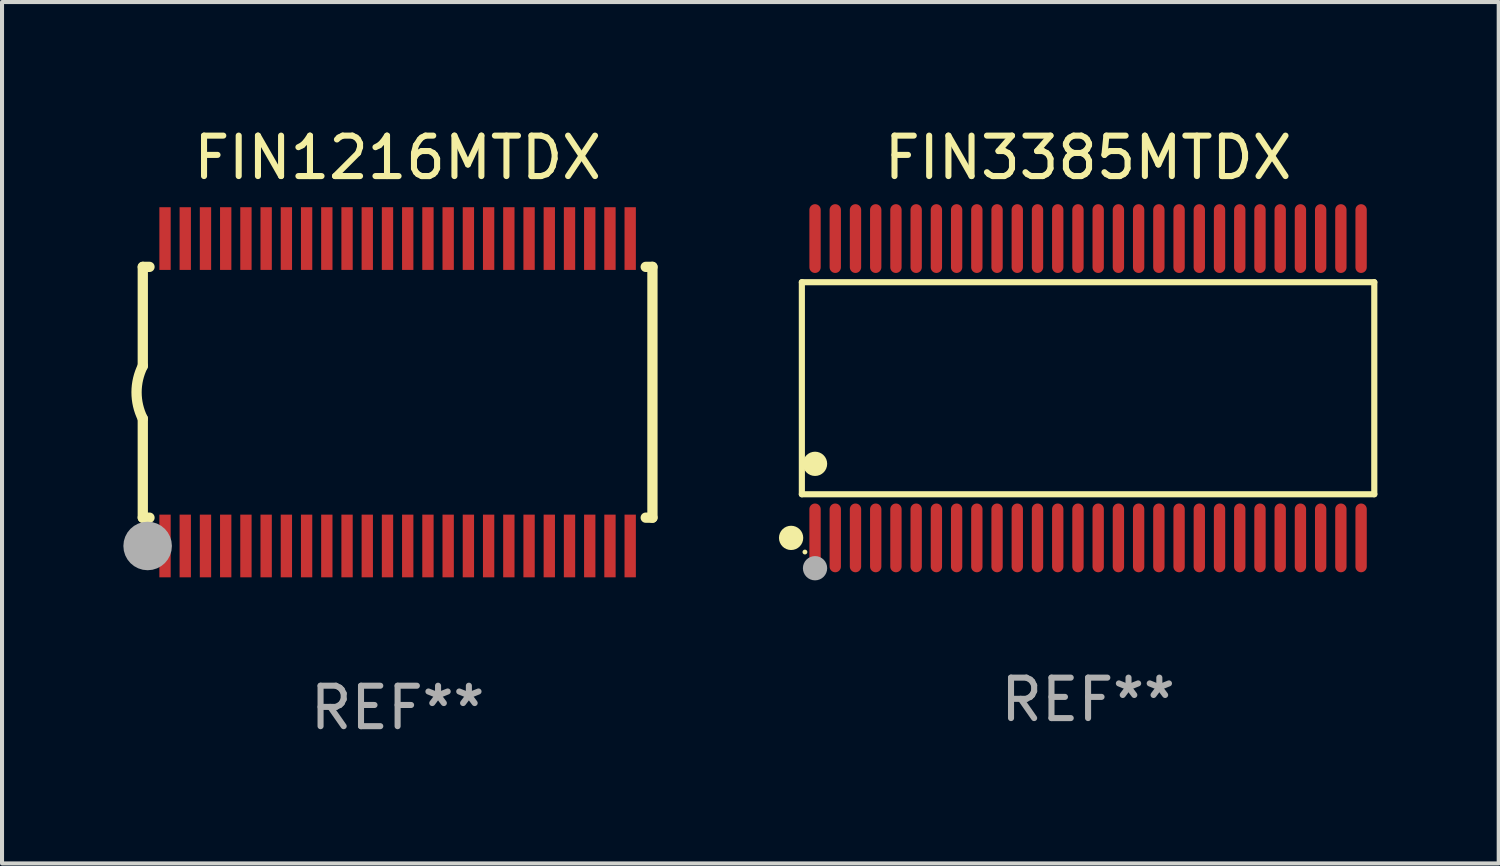
<source format=kicad_pcb>
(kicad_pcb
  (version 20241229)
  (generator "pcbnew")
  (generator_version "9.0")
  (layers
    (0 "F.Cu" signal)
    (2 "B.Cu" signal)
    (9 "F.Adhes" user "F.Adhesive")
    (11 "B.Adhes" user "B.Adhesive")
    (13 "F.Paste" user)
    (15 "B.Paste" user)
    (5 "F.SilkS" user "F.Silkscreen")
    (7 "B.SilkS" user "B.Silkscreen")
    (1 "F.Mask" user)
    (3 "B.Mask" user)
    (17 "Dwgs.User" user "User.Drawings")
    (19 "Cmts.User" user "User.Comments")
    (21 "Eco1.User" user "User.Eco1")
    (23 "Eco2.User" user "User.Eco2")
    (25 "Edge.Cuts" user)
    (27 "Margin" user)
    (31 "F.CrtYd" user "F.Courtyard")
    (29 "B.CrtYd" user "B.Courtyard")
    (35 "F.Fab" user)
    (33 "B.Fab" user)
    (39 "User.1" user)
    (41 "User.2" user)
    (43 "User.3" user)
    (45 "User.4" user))
  (footprint "FIN1216MTDX"
    (layer "F.Cu")
    (at 6.78 6.648)
    (property "Reference" "FIN1216MTDX" (at 0 -5.8 0) (layer "F.SilkS") (effects (font (size 1 1) (thickness 0.15))))
    (attr through_hole)
    (fp_line (start -6.3 -3.1) (end -6.3 -0.65) (stroke (width 0.254) (type solid)) (layer "F.SilkS"))
    (fp_line (start -6.3 -3.1) (end -6.134 -3.1) (stroke (width 0.254) (type solid)) (layer "F.SilkS"))
    (fp_line (start -6.3 3.1) (end -6.3 0.65) (stroke (width 0.254) (type solid)) (layer "F.SilkS"))
    (fp_line (start -6.3 3.1) (end -6.134 3.1) (stroke (width 0.254) (type solid)) (layer "F.SilkS"))
    (fp_line (start 6.134 -3.1) (end 6.3 -3.1) (stroke (width 0.254) (type solid)) (layer "F.SilkS"))
    (fp_line (start 6.134 3.1) (end 6.3 3.1) (stroke (width 0.254) (type solid)) (layer "F.SilkS"))
    (fp_line (start 6.3 -3.1) (end 6.3 3.1) (stroke (width 0.254) (type solid)) (layer "F.SilkS"))
    (fp_arc (start -6.301016 0.650114) (mid -6.45413 -0.000082) (end -6.3 -0.650038) (stroke (width 0.254001) (type solid)) (layer "F.SilkS"))
    (fp_circle (center -6.35 3.81) (end -6.223 3.81) (stroke (width 0.254) (type solid)) (fill no) (layer "F.SilkS"))
    (fp_circle (center -6.25 4.05) (end -6.22 4.05) (stroke (width 0.06) (type solid)) (fill no) (layer "F.SilkS"))
    (fp_circle (center -6.18 3.8) (end -5.88 3.8) (stroke (width 0.6) (type solid)) (fill no) (layer "F.Fab"))
    (fp_text user "REF**" (at 0 7.8 0) (layer "F.Fab") (effects (font (size 1 1) (thickness 0.15))))
    (pad "1" smd rect (at -5.75 3.8) (size 0.28 1.55) (layers "F.Cu" "F.Mask" "F.Paste"))
    (pad "2" smd rect (at -5.25 3.8) (size 0.28 1.55) (layers "F.Cu" "F.Mask" "F.Paste"))
    (pad "3" smd rect (at -4.75 3.8) (size 0.28 1.55) (layers "F.Cu" "F.Mask" "F.Paste"))
    (pad "4" smd rect (at -4.25 3.8) (size 0.28 1.55) (layers "F.Cu" "F.Mask" "F.Paste"))
    (pad "5" smd rect (at -3.75 3.8) (size 0.28 1.55) (layers "F.Cu" "F.Mask" "F.Paste"))
    (pad "6" smd rect (at -3.25 3.8) (size 0.28 1.55) (layers "F.Cu" "F.Mask" "F.Paste"))
    (pad "7" smd rect (at -2.75 3.8) (size 0.28 1.55) (layers "F.Cu" "F.Mask" "F.Paste"))
    (pad "8" smd rect (at -2.25 3.8) (size 0.28 1.55) (layers "F.Cu" "F.Mask" "F.Paste"))
    (pad "9" smd rect (at -1.75 3.8) (size 0.28 1.55) (layers "F.Cu" "F.Mask" "F.Paste"))
    (pad "10" smd rect (at -1.25 3.8) (size 0.28 1.55) (layers "F.Cu" "F.Mask" "F.Paste"))
    (pad "11" smd rect (at -0.75 3.8) (size 0.28 1.55) (layers "F.Cu" "F.Mask" "F.Paste"))
    (pad "12" smd rect (at -0.25 3.8) (size 0.28 1.55) (layers "F.Cu" "F.Mask" "F.Paste"))
    (pad "13" smd rect (at 0.25 3.8) (size 0.28 1.55) (layers "F.Cu" "F.Mask" "F.Paste"))
    (pad "14" smd rect (at 0.75 3.8) (size 0.28 1.55) (layers "F.Cu" "F.Mask" "F.Paste"))
    (pad "15" smd rect (at 1.25 3.8) (size 0.28 1.55) (layers "F.Cu" "F.Mask" "F.Paste"))
    (pad "16" smd rect (at 1.75 3.8) (size 0.28 1.55) (layers "F.Cu" "F.Mask" "F.Paste"))
    (pad "17" smd rect (at 2.25 3.8) (size 0.28 1.55) (layers "F.Cu" "F.Mask" "F.Paste"))
    (pad "18" smd rect (at 2.75 3.8) (size 0.28 1.55) (layers "F.Cu" "F.Mask" "F.Paste"))
    (pad "19" smd rect (at 3.25 3.8) (size 0.28 1.55) (layers "F.Cu" "F.Mask" "F.Paste"))
    (pad "20" smd rect (at 3.75 3.8) (size 0.28 1.55) (layers "F.Cu" "F.Mask" "F.Paste"))
    (pad "21" smd rect (at 4.25 3.8) (size 0.28 1.55) (layers "F.Cu" "F.Mask" "F.Paste"))
    (pad "22" smd rect (at 4.75 3.8) (size 0.28 1.55) (layers "F.Cu" "F.Mask" "F.Paste"))
    (pad "23" smd rect (at 5.25 3.8) (size 0.28 1.55) (layers "F.Cu" "F.Mask" "F.Paste"))
    (pad "24" smd rect (at 5.75 3.8) (size 0.28 1.55) (layers "F.Cu" "F.Mask" "F.Paste"))
    (pad "25" smd rect (at 5.75 -3.8) (size 0.28 1.55) (layers "F.Cu" "F.Mask" "F.Paste"))
    (pad "26" smd rect (at 5.25 -3.8) (size 0.28 1.55) (layers "F.Cu" "F.Mask" "F.Paste"))
    (pad "27" smd rect (at 4.75 -3.8) (size 0.28 1.55) (layers "F.Cu" "F.Mask" "F.Paste"))
    (pad "28" smd rect (at 4.25 -3.8) (size 0.28 1.55) (layers "F.Cu" "F.Mask" "F.Paste"))
    (pad "29" smd rect (at 3.75 -3.8) (size 0.28 1.55) (layers "F.Cu" "F.Mask" "F.Paste"))
    (pad "30" smd rect (at 3.25 -3.8) (size 0.28 1.55) (layers "F.Cu" "F.Mask" "F.Paste"))
    (pad "31" smd rect (at 2.75 -3.8) (size 0.28 1.55) (layers "F.Cu" "F.Mask" "F.Paste"))
    (pad "32" smd rect (at 2.25 -3.8) (size 0.28 1.55) (layers "F.Cu" "F.Mask" "F.Paste"))
    (pad "33" smd rect (at 1.75 -3.8) (size 0.28 1.55) (layers "F.Cu" "F.Mask" "F.Paste"))
    (pad "34" smd rect (at 1.25 -3.8) (size 0.28 1.55) (layers "F.Cu" "F.Mask" "F.Paste"))
    (pad "35" smd rect (at 0.75 -3.8) (size 0.28 1.55) (layers "F.Cu" "F.Mask" "F.Paste"))
    (pad "36" smd rect (at 0.25 -3.8) (size 0.28 1.55) (layers "F.Cu" "F.Mask" "F.Paste"))
    (pad "37" smd rect (at -0.25 -3.8) (size 0.28 1.55) (layers "F.Cu" "F.Mask" "F.Paste"))
    (pad "38" smd rect (at -0.75 -3.8) (size 0.28 1.55) (layers "F.Cu" "F.Mask" "F.Paste"))
    (pad "39" smd rect (at -1.25 -3.8) (size 0.28 1.55) (layers "F.Cu" "F.Mask" "F.Paste"))
    (pad "40" smd rect (at -1.75 -3.8) (size 0.28 1.55) (layers "F.Cu" "F.Mask" "F.Paste"))
    (pad "41" smd rect (at -2.25 -3.8) (size 0.28 1.55) (layers "F.Cu" "F.Mask" "F.Paste"))
    (pad "42" smd rect (at -2.75 -3.8) (size 0.28 1.55) (layers "F.Cu" "F.Mask" "F.Paste"))
    (pad "43" smd rect (at -3.25 -3.8) (size 0.28 1.55) (layers "F.Cu" "F.Mask" "F.Paste"))
    (pad "44" smd rect (at -3.75 -3.8) (size 0.28 1.55) (layers "F.Cu" "F.Mask" "F.Paste"))
    (pad "45" smd rect (at -4.25 -3.8) (size 0.28 1.55) (layers "F.Cu" "F.Mask" "F.Paste"))
    (pad "46" smd rect (at -4.75 -3.8) (size 0.28 1.55) (layers "F.Cu" "F.Mask" "F.Paste"))
    (pad "47" smd rect (at -5.25 -3.8) (size 0.28 1.55) (layers "F.Cu" "F.Mask" "F.Paste"))
    (pad "48" smd rect (at -5.75 -3.8) (size 0.28 1.55) (layers "F.Cu" "F.Mask" "F.Paste")))
  (footprint "FIN3385MTDX"
    (layer "F.Cu")
    (at 23.85 6.548)
    (property "Reference" "FIN3385MTDX" (at 0 -5.7 0) (layer "F.SilkS") (effects (font (size 1 1) (thickness 0.15))))
    (attr through_hole)
    (fp_line (start -7.076 -2.621) (end 7.076 -2.621) (stroke (width 0.152) (type solid)) (layer "F.SilkS"))
    (fp_line (start -7.076 2.621) (end -7.076 -2.621) (stroke (width 0.152) (type solid)) (layer "F.SilkS"))
    (fp_line (start 7.076 -2.621) (end 7.076 2.621) (stroke (width 0.152) (type solid)) (layer "F.SilkS"))
    (fp_line (start 7.076 2.621) (end -7.076 2.621) (stroke (width 0.152) (type solid)) (layer "F.SilkS"))
    (fp_circle (center -7.342 3.7) (end -7.192 3.7) (stroke (width 0.3) (type solid)) (fill no) (layer "F.SilkS"))
    (fp_circle (center -7 4.05) (end -6.97 4.05) (stroke (width 0.06) (type solid)) (fill no) (layer "F.SilkS"))
    (fp_circle (center -6.75 1.869) (end -6.6 1.869) (stroke (width 0.3) (type solid)) (fill no) (layer "F.SilkS"))
    (fp_circle (center -6.75 4.45) (end -6.6 4.45) (stroke (width 0.3) (type solid)) (fill no) (layer "F.Fab"))
    (fp_text user "REF**" (at 0 7.7 0) (layer "F.Fab") (effects (font (size 1 1) (thickness 0.15))))
    (pad "1" smd oval (at -6.75 3.7) (size 0.28 1.7) (layers "F.Cu" "F.Mask" "F.Paste"))
    (pad "2" smd oval (at -6.25 3.7) (size 0.28 1.7) (layers "F.Cu" "F.Mask" "F.Paste"))
    (pad "3" smd oval (at -5.75 3.7) (size 0.28 1.7) (layers "F.Cu" "F.Mask" "F.Paste"))
    (pad "4" smd oval (at -5.25 3.7) (size 0.28 1.7) (layers "F.Cu" "F.Mask" "F.Paste"))
    (pad "5" smd oval (at -4.75 3.7) (size 0.28 1.7) (layers "F.Cu" "F.Mask" "F.Paste"))
    (pad "6" smd oval (at -4.25 3.7) (size 0.28 1.7) (layers "F.Cu" "F.Mask" "F.Paste"))
    (pad "7" smd oval (at -3.75 3.7) (size 0.28 1.7) (layers "F.Cu" "F.Mask" "F.Paste"))
    (pad "8" smd oval (at -3.25 3.7) (size 0.28 1.7) (layers "F.Cu" "F.Mask" "F.Paste"))
    (pad "9" smd oval (at -2.75 3.7) (size 0.28 1.7) (layers "F.Cu" "F.Mask" "F.Paste"))
    (pad "10" smd oval (at -2.25 3.7) (size 0.28 1.7) (layers "F.Cu" "F.Mask" "F.Paste"))
    (pad "11" smd oval (at -1.75 3.7) (size 0.28 1.7) (layers "F.Cu" "F.Mask" "F.Paste"))
    (pad "12" smd oval (at -1.25 3.7) (size 0.28 1.7) (layers "F.Cu" "F.Mask" "F.Paste"))
    (pad "13" smd oval (at -0.75 3.7) (size 0.28 1.7) (layers "F.Cu" "F.Mask" "F.Paste"))
    (pad "14" smd oval (at -0.25 3.7) (size 0.28 1.7) (layers "F.Cu" "F.Mask" "F.Paste"))
    (pad "15" smd oval (at 0.25 3.7) (size 0.28 1.7) (layers "F.Cu" "F.Mask" "F.Paste"))
    (pad "16" smd oval (at 0.75 3.7) (size 0.28 1.7) (layers "F.Cu" "F.Mask" "F.Paste"))
    (pad "17" smd oval (at 1.25 3.7) (size 0.28 1.7) (layers "F.Cu" "F.Mask" "F.Paste"))
    (pad "18" smd oval (at 1.75 3.7) (size 0.28 1.7) (layers "F.Cu" "F.Mask" "F.Paste"))
    (pad "19" smd oval (at 2.25 3.7) (size 0.28 1.7) (layers "F.Cu" "F.Mask" "F.Paste"))
    (pad "20" smd oval (at 2.75 3.7) (size 0.28 1.7) (layers "F.Cu" "F.Mask" "F.Paste"))
    (pad "21" smd oval (at 3.25 3.7) (size 0.28 1.7) (layers "F.Cu" "F.Mask" "F.Paste"))
    (pad "22" smd oval (at 3.75 3.7) (size 0.28 1.7) (layers "F.Cu" "F.Mask" "F.Paste"))
    (pad "23" smd oval (at 4.25 3.7) (size 0.28 1.7) (layers "F.Cu" "F.Mask" "F.Paste"))
    (pad "24" smd oval (at 4.75 3.7) (size 0.28 1.7) (layers "F.Cu" "F.Mask" "F.Paste"))
    (pad "25" smd oval (at 5.25 3.7) (size 0.28 1.7) (layers "F.Cu" "F.Mask" "F.Paste"))
    (pad "26" smd oval (at 5.75 3.7) (size 0.28 1.7) (layers "F.Cu" "F.Mask" "F.Paste"))
    (pad "27" smd oval (at 6.25 3.7) (size 0.28 1.7) (layers "F.Cu" "F.Mask" "F.Paste"))
    (pad "28" smd oval (at 6.75 3.7) (size 0.28 1.7) (layers "F.Cu" "F.Mask" "F.Paste"))
    (pad "29" smd oval (at 6.75 -3.7) (size 0.28 1.7) (layers "F.Cu" "F.Mask" "F.Paste"))
    (pad "30" smd oval (at 6.25 -3.7) (size 0.28 1.7) (layers "F.Cu" "F.Mask" "F.Paste"))
    (pad "31" smd oval (at 5.75 -3.7) (size 0.28 1.7) (layers "F.Cu" "F.Mask" "F.Paste"))
    (pad "32" smd oval (at 5.25 -3.7) (size 0.28 1.7) (layers "F.Cu" "F.Mask" "F.Paste"))
    (pad "33" smd oval (at 4.75 -3.7) (size 0.28 1.7) (layers "F.Cu" "F.Mask" "F.Paste"))
    (pad "34" smd oval (at 4.25 -3.7) (size 0.28 1.7) (layers "F.Cu" "F.Mask" "F.Paste"))
    (pad "35" smd oval (at 3.75 -3.7) (size 0.28 1.7) (layers "F.Cu" "F.Mask" "F.Paste"))
    (pad "36" smd oval (at 3.25 -3.7) (size 0.28 1.7) (layers "F.Cu" "F.Mask" "F.Paste"))
    (pad "37" smd oval (at 2.75 -3.7) (size 0.28 1.7) (layers "F.Cu" "F.Mask" "F.Paste"))
    (pad "38" smd oval (at 2.25 -3.7) (size 0.28 1.7) (layers "F.Cu" "F.Mask" "F.Paste"))
    (pad "39" smd oval (at 1.75 -3.7) (size 0.28 1.7) (layers "F.Cu" "F.Mask" "F.Paste"))
    (pad "40" smd oval (at 1.25 -3.7) (size 0.28 1.7) (layers "F.Cu" "F.Mask" "F.Paste"))
    (pad "41" smd oval (at 0.75 -3.7) (size 0.28 1.7) (layers "F.Cu" "F.Mask" "F.Paste"))
    (pad "42" smd oval (at 0.25 -3.7) (size 0.28 1.7) (layers "F.Cu" "F.Mask" "F.Paste"))
    (pad "43" smd oval (at -0.25 -3.7) (size 0.28 1.7) (layers "F.Cu" "F.Mask" "F.Paste"))
    (pad "44" smd oval (at -0.75 -3.7) (size 0.28 1.7) (layers "F.Cu" "F.Mask" "F.Paste"))
    (pad "45" smd oval (at -1.25 -3.7) (size 0.28 1.7) (layers "F.Cu" "F.Mask" "F.Paste"))
    (pad "46" smd oval (at -1.75 -3.7) (size 0.28 1.7) (layers "F.Cu" "F.Mask" "F.Paste"))
    (pad "47" smd oval (at -2.25 -3.7) (size 0.28 1.7) (layers "F.Cu" "F.Mask" "F.Paste"))
    (pad "48" smd oval (at -2.75 -3.7) (size 0.28 1.7) (layers "F.Cu" "F.Mask" "F.Paste"))
    (pad "49" smd oval (at -3.25 -3.7) (size 0.28 1.7) (layers "F.Cu" "F.Mask" "F.Paste"))
    (pad "50" smd oval (at -3.75 -3.7) (size 0.28 1.7) (layers "F.Cu" "F.Mask" "F.Paste"))
    (pad "51" smd oval (at -4.25 -3.7) (size 0.28 1.7) (layers "F.Cu" "F.Mask" "F.Paste"))
    (pad "52" smd oval (at -4.75 -3.7) (size 0.28 1.7) (layers "F.Cu" "F.Mask" "F.Paste"))
    (pad "53" smd oval (at -5.25 -3.7) (size 0.28 1.7) (layers "F.Cu" "F.Mask" "F.Paste"))
    (pad "54" smd oval (at -5.75 -3.7) (size 0.28 1.7) (layers "F.Cu" "F.Mask" "F.Paste"))
    (pad "55" smd oval (at -6.25 -3.7) (size 0.28 1.7) (layers "F.Cu" "F.Mask" "F.Paste"))
    (pad "56" smd oval (at -6.75 -3.7) (size 0.28 1.7) (layers "F.Cu" "F.Mask" "F.Paste")))
  (gr_rect
    (start -3 -3)
    (end 34.002 18.296)
    (stroke (width 0.1) (type default))
    (fill no)
    (layer "Edge.Cuts")))
</source>
